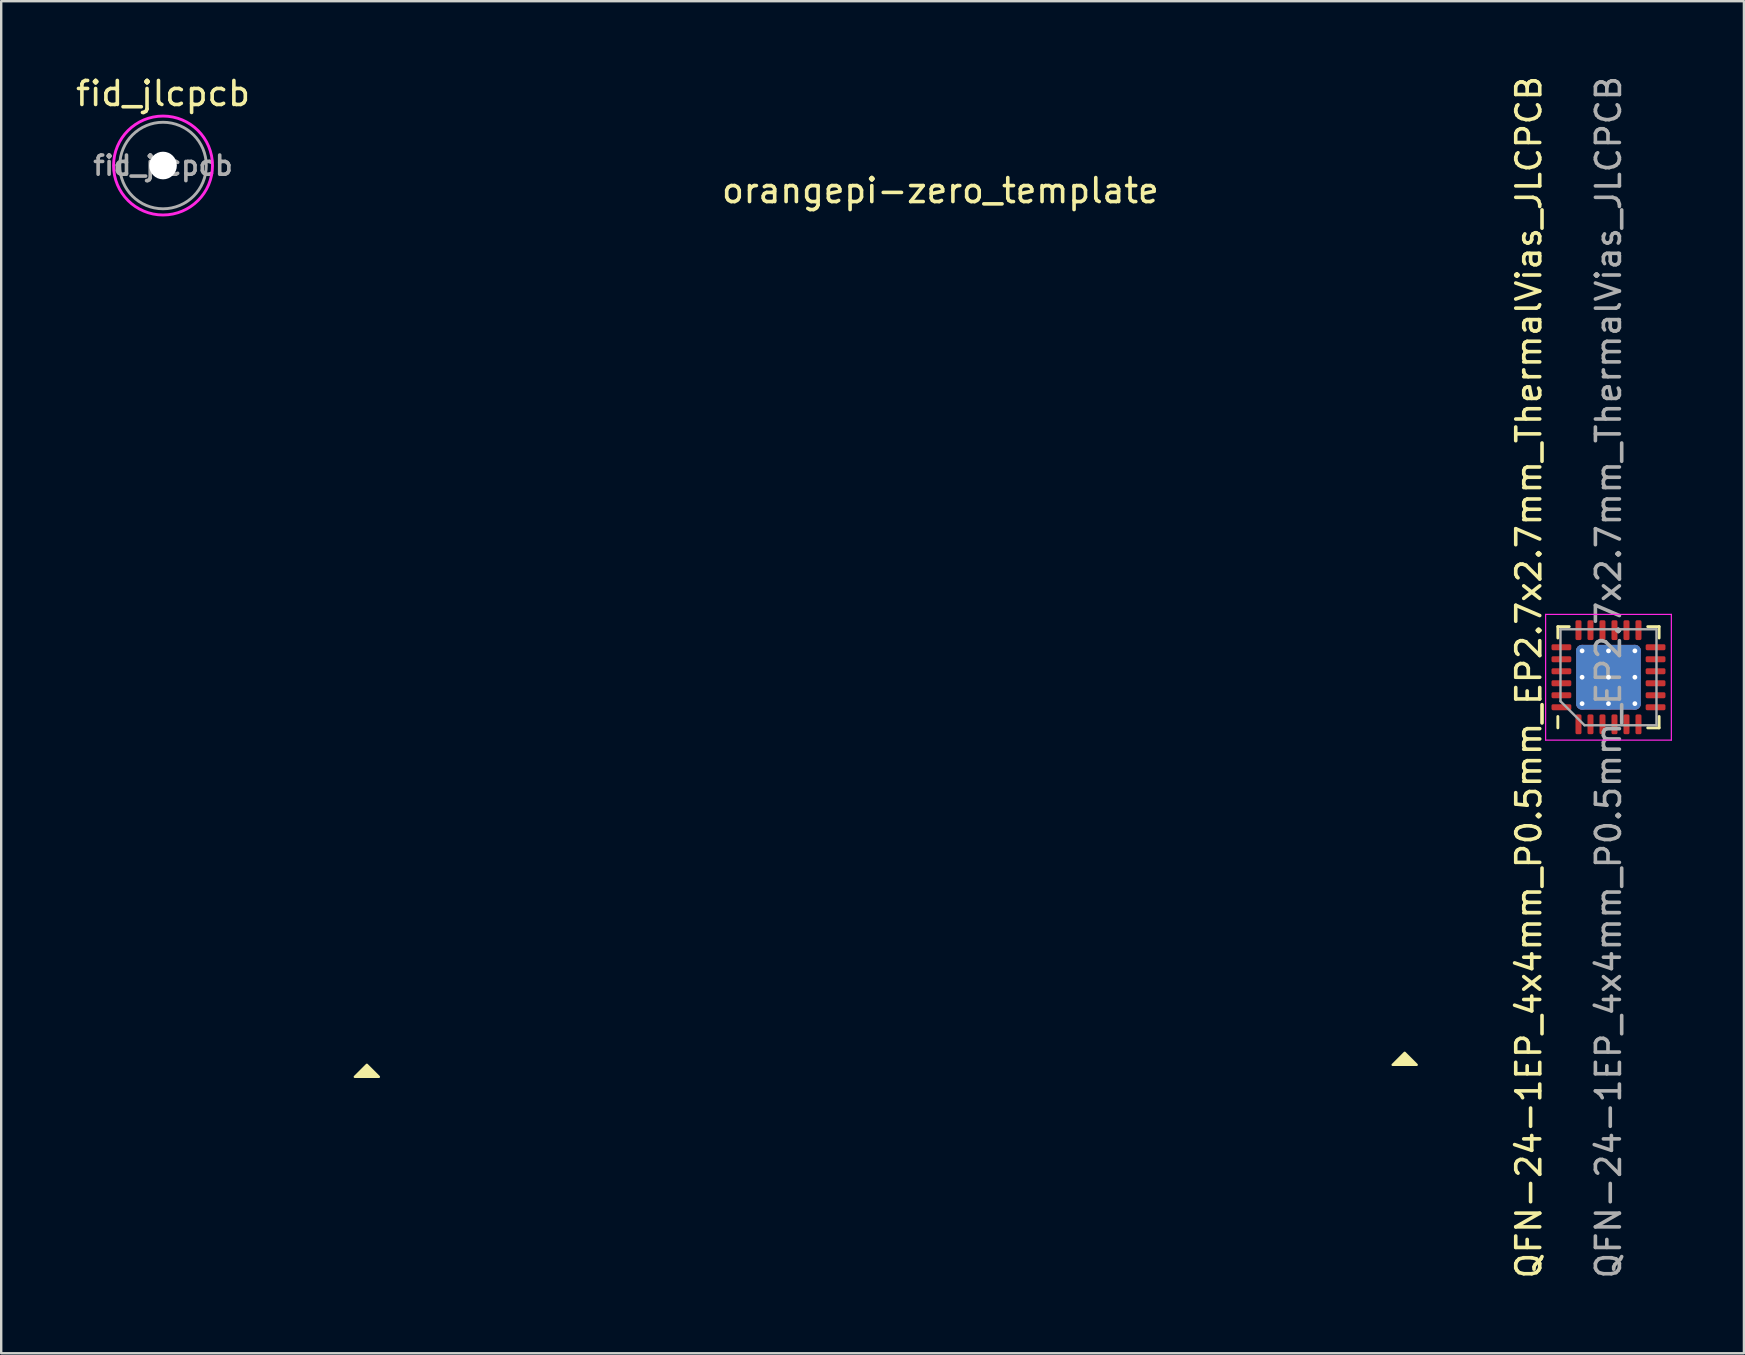
<source format=kicad_pcb>
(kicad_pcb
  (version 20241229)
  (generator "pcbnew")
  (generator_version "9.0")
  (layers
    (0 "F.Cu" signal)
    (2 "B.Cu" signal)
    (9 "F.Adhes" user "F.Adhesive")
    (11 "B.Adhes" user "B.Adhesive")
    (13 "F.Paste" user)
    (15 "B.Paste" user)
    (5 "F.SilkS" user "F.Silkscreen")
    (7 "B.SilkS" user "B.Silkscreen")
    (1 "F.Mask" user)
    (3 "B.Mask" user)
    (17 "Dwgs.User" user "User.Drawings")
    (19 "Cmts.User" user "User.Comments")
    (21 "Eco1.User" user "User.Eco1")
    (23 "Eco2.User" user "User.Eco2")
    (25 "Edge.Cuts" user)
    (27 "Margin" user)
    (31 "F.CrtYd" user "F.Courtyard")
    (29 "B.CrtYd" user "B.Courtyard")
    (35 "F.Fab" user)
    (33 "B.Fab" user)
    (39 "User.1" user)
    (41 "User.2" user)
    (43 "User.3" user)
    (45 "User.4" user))
  (footprint "QFN-24-1EP_4x4mm_P0.5mm_EP2.7x2.7mm_ThermalVias_JLCPCB"
    (layer "F.Cu")
    (at 63.981 25.173)
    (property "Reference" "QFN-24-1EP_4x4mm_P0.5mm_EP2.7x2.7mm_ThermalVias_JLCPCB" (at -3.32 0 90) (layer "F.SilkS") (effects (font (size 1 1) (thickness 0.15))))
    (attr smd)
    (fp_line (start -2.11 -2.11) (end -1.635 -2.11) (stroke (width 0.12) (type solid)) (layer "F.SilkS"))
    (fp_line (start -2.11 -1.635) (end -2.11 -2.11) (stroke (width 0.12) (type solid)) (layer "F.SilkS"))
    (fp_line (start -2.11 1.635) (end -2.11 2.11) (stroke (width 0.12) (type solid)) (layer "F.SilkS"))
    (fp_line (start 2.11 -2.11) (end 1.635 -2.11) (stroke (width 0.12) (type solid)) (layer "F.SilkS"))
    (fp_line (start 2.11 -1.635) (end 2.11 -2.11) (stroke (width 0.12) (type solid)) (layer "F.SilkS"))
    (fp_line (start 2.11 1.635) (end 2.11 2.11) (stroke (width 0.12) (type solid)) (layer "F.SilkS"))
    (fp_line (start 2.11 2.11) (end 1.635 2.11) (stroke (width 0.12) (type solid)) (layer "F.SilkS"))
    (fp_line (start -2.62 -2.62) (end -2.62 2.62) (stroke (width 0.05) (type solid)) (layer "F.CrtYd"))
    (fp_line (start -2.62 2.62) (end 2.62 2.62) (stroke (width 0.05) (type solid)) (layer "F.CrtYd"))
    (fp_line (start 2.62 -2.62) (end -2.62 -2.62) (stroke (width 0.05) (type solid)) (layer "F.CrtYd"))
    (fp_line (start 2.62 2.62) (end 2.62 -2.62) (stroke (width 0.05) (type solid)) (layer "F.CrtYd"))
    (fp_line (start -2 -2) (end 2 -2) (stroke (width 0.1) (type solid)) (layer "F.Fab"))
    (fp_line (start -2 1) (end -2 -2) (stroke (width 0.1) (type solid)) (layer "F.Fab"))
    (fp_line (start -1 2) (end -2 1) (stroke (width 0.1) (type solid)) (layer "F.Fab"))
    (fp_line (start 2 -2) (end 2 2) (stroke (width 0.1) (type solid)) (layer "F.Fab"))
    (fp_line (start 2 2) (end -1 2) (stroke (width 0.1) (type solid)) (layer "F.Fab"))
    (fp_text user "${REFERENCE}" (at 0 0 90) (layer "F.Fab") (effects (font (size 1 1) (thickness 0.15))))
    (pad "" smd roundrect (at -0.675 -0.675 90) (size 1.17 1.17) (layers "F.Paste") (roundrect_rratio 0.214))
    (pad "" smd roundrect (at -0.675 0.675 90) (size 1.17 1.17) (layers "F.Paste") (roundrect_rratio 0.214))
    (pad "" smd roundrect (at 0.675 -0.675 90) (size 1.17 1.17) (layers "F.Paste") (roundrect_rratio 0.214))
    (pad "" smd roundrect (at 0.675 0.675 90) (size 1.17 1.17) (layers "F.Paste") (roundrect_rratio 0.214))
    (pad "1" smd roundrect (at -1.25 1.962 90) (size 0.825 0.25) (layers "F.Cu" "F.Mask" "F.Paste") (roundrect_rratio 0.25))
    (pad "2" smd roundrect (at -0.75 1.962 90) (size 0.825 0.25) (layers "F.Cu" "F.Mask" "F.Paste") (roundrect_rratio 0.25))
    (pad "3" smd roundrect (at -0.25 1.962 90) (size 0.825 0.25) (layers "F.Cu" "F.Mask" "F.Paste") (roundrect_rratio 0.25))
    (pad "4" smd roundrect (at 0.25 1.962 90) (size 0.825 0.25) (layers "F.Cu" "F.Mask" "F.Paste") (roundrect_rratio 0.25))
    (pad "5" smd roundrect (at 0.75 1.962 90) (size 0.825 0.25) (layers "F.Cu" "F.Mask" "F.Paste") (roundrect_rratio 0.25))
    (pad "6" smd roundrect (at 1.25 1.962 90) (size 0.825 0.25) (layers "F.Cu" "F.Mask" "F.Paste") (roundrect_rratio 0.25))
    (pad "7" smd roundrect (at 1.962 1.25 90) (size 0.25 0.825) (layers "F.Cu" "F.Mask" "F.Paste") (roundrect_rratio 0.25))
    (pad "8" smd roundrect (at 1.962 0.75 90) (size 0.25 0.825) (layers "F.Cu" "F.Mask" "F.Paste") (roundrect_rratio 0.25))
    (pad "9" smd roundrect (at 1.962 0.25 90) (size 0.25 0.825) (layers "F.Cu" "F.Mask" "F.Paste") (roundrect_rratio 0.25))
    (pad "10" smd roundrect (at 1.962 -0.25 90) (size 0.25 0.825) (layers "F.Cu" "F.Mask" "F.Paste") (roundrect_rratio 0.25))
    (pad "11" smd roundrect (at 1.962 -0.75 90) (size 0.25 0.825) (layers "F.Cu" "F.Mask" "F.Paste") (roundrect_rratio 0.25))
    (pad "12" smd roundrect (at 1.962 -1.25 90) (size 0.25 0.825) (layers "F.Cu" "F.Mask" "F.Paste") (roundrect_rratio 0.25))
    (pad "13" smd roundrect (at 1.25 -1.962 90) (size 0.825 0.25) (layers "F.Cu" "F.Mask" "F.Paste") (roundrect_rratio 0.25))
    (pad "14" smd roundrect (at 0.75 -1.962 90) (size 0.825 0.25) (layers "F.Cu" "F.Mask" "F.Paste") (roundrect_rratio 0.25))
    (pad "15" smd roundrect (at 0.25 -1.962 90) (size 0.825 0.25) (layers "F.Cu" "F.Mask" "F.Paste") (roundrect_rratio 0.25))
    (pad "16" smd roundrect (at -0.25 -1.962 90) (size 0.825 0.25) (layers "F.Cu" "F.Mask" "F.Paste") (roundrect_rratio 0.25))
    (pad "17" smd roundrect (at -0.75 -1.962 90) (size 0.825 0.25) (layers "F.Cu" "F.Mask" "F.Paste") (roundrect_rratio 0.25))
    (pad "18" smd roundrect (at -1.25 -1.962 90) (size 0.825 0.25) (layers "F.Cu" "F.Mask" "F.Paste") (roundrect_rratio 0.25))
    (pad "19" smd roundrect (at -1.962 -1.25 90) (size 0.25 0.825) (layers "F.Cu" "F.Mask" "F.Paste") (roundrect_rratio 0.25))
    (pad "20" smd roundrect (at -1.962 -0.75 90) (size 0.25 0.825) (layers "F.Cu" "F.Mask" "F.Paste") (roundrect_rratio 0.25))
    (pad "21" smd roundrect (at -1.962 -0.25 90) (size 0.25 0.825) (layers "F.Cu" "F.Mask" "F.Paste") (roundrect_rratio 0.25))
    (pad "22" smd roundrect (at -1.962 0.25 90) (size 0.25 0.825) (layers "F.Cu" "F.Mask" "F.Paste") (roundrect_rratio 0.25))
    (pad "23" smd roundrect (at -1.962 0.75 90) (size 0.25 0.825) (layers "F.Cu" "F.Mask" "F.Paste") (roundrect_rratio 0.25))
    (pad "24" smd roundrect (at -1.962 1.25 90) (size 0.25 0.825) (layers "F.Cu" "F.Mask" "F.Paste") (roundrect_rratio 0.25))
    (pad "25" thru_hole circle (at -1.1 -1.1 90) (size 0.5 0.5) (drill 0.2) (layers "*.Cu"))
    (pad "25" thru_hole circle (at -1.1 0 90) (size 0.5 0.5) (drill 0.2) (layers "*.Cu"))
    (pad "25" thru_hole circle (at -1.1 1.1 90) (size 0.5 0.5) (drill 0.2) (layers "*.Cu"))
    (pad "25" thru_hole circle (at 0 -1.1 90) (size 0.5 0.5) (drill 0.2) (layers "*.Cu"))
    (pad "25" thru_hole circle (at 0 0 90) (size 0.5 0.5) (drill 0.2) (layers "*.Cu"))
    (pad "25" smd roundrect (at 0 0 90) (size 2.7 2.7) (layers "F.Cu" "F.Mask") (roundrect_rratio 0.093))
    (pad "25" smd roundrect (at 0 0 90) (size 2.7 2.7) (layers "B.Cu") (roundrect_rratio 0.093))
    (pad "25" thru_hole circle (at 0 1.1 90) (size 0.5 0.5) (drill 0.2) (layers "*.Cu"))
    (pad "25" thru_hole circle (at 1.1 -1.1 90) (size 0.5 0.5) (drill 0.2) (layers "*.Cu"))
    (pad "25" thru_hole circle (at 1.1 0 90) (size 0.5 0.5) (drill 0.2) (layers "*.Cu"))
    (pad "25" thru_hole circle (at 1.1 1.1 90) (size 0.5 0.5) (drill 0.2) (layers "*.Cu")))
  (footprint "orangepi-zero_template"
    (layer "F.Cu")
    (at 10.738 48.075)
    (property "Reference" "orangepi-zero_template" (at 25.4 -43.18 0) (layer "F.SilkS") (effects (font (size 1 1) (thickness 0.15))))
    (attr through_hole)
    (fp_poly (pts (xy 1.5 -6.75) (xy 1 -6.25) (xy 2 -6.25)) (stroke (width 0.1) (type solid)) (fill yes) (layer "F.SilkS"))
    (fp_poly (pts (xy 44.75 -7.25) (xy 44.25 -6.75) (xy 45.25 -6.75)) (stroke (width 0.1) (type solid)) (fill yes) (layer "F.SilkS"))
    (fp_line (start 0 -48) (end 46 -48) (stroke (width 0.15) (type solid)) (layer "Eco1.User"))
    (fp_line (start 0 0) (end 0 -48) (stroke (width 0.15) (type solid)) (layer "Eco1.User"))
    (fp_line (start 1.27 -39.37) (end 1.778 -38.862) (stroke (width 0.12) (type solid)) (layer "Eco1.User"))
    (fp_line (start 1.27 -8.89) (end 1.778 -8.382) (stroke (width 0.12) (type solid)) (layer "Eco1.User"))
    (fp_line (start 1.524 -46.228) (end 4.064 -43.688) (stroke (width 0.12) (type solid)) (layer "Eco1.User"))
    (fp_line (start 1.778 -39.37) (end 1.27 -38.862) (stroke (width 0.12) (type solid)) (layer "Eco1.User"))
    (fp_line (start 1.778 -8.89) (end 1.27 -8.382) (stroke (width 0.12) (type solid)) (layer "Eco1.User"))
    (fp_line (start 4.064 -46.228) (end 1.524 -43.688) (stroke (width 0.12) (type solid)) (layer "Eco1.User"))
    (fp_line (start 5 -17.5) (end 33 -17.5) (stroke (width 0.12) (type solid)) (layer "Eco1.User"))
    (fp_line (start 5 -15) (end 5 -17.5) (stroke (width 0.12) (type solid)) (layer "Eco1.User"))
    (fp_line (start 5 -15) (end 5 0) (stroke (width 0.12) (type solid)) (layer "Eco1.User"))
    (fp_line (start 5 0) (end 0 0) (stroke (width 0.15) (type solid)) (layer "Eco1.User"))
    (fp_line (start 33 0) (end 33 -17.5) (stroke (width 0.12) (type solid)) (layer "Eco1.User"))
    (fp_line (start 35.25 -47.25) (end 37.75 -47.25) (stroke (width 0.12) (type solid)) (layer "Eco1.User"))
    (fp_line (start 35.25 -39.25) (end 35.25 -47.25) (stroke (width 0.12) (type solid)) (layer "Eco1.User"))
    (fp_line (start 37.75 -47.25) (end 37.75 -39.25) (stroke (width 0.12) (type solid)) (layer "Eco1.User"))
    (fp_line (start 37.75 -39.25) (end 35.25 -39.25) (stroke (width 0.12) (type solid)) (layer "Eco1.User"))
    (fp_line (start 41.686 -4.154) (end 44.226 -1.614) (stroke (width 0.12) (type solid)) (layer "Eco1.User"))
    (fp_line (start 41.91 -39.37) (end 42.418 -38.862) (stroke (width 0.12) (type solid)) (layer "Eco1.User"))
    (fp_line (start 41.91 -8.89) (end 42.418 -8.382) (stroke (width 0.12) (type solid)) (layer "Eco1.User"))
    (fp_line (start 42.418 -39.37) (end 41.91 -38.862) (stroke (width 0.12) (type solid)) (layer "Eco1.User"))
    (fp_line (start 42.418 -8.89) (end 41.91 -8.382) (stroke (width 0.12) (type solid)) (layer "Eco1.User"))
    (fp_line (start 44.226 -4.154) (end 41.686 -1.614) (stroke (width 0.12) (type solid)) (layer "Eco1.User"))
    (fp_line (start 44.45 -39.37) (end 44.958 -38.862) (stroke (width 0.12) (type solid)) (layer "Eco1.User"))
    (fp_line (start 44.45 -8.89) (end 44.958 -8.382) (stroke (width 0.12) (type solid)) (layer "Eco1.User"))
    (fp_line (start 44.958 -39.37) (end 44.45 -38.862) (stroke (width 0.12) (type solid)) (layer "Eco1.User"))
    (fp_line (start 44.958 -8.89) (end 44.45 -8.382) (stroke (width 0.12) (type solid)) (layer "Eco1.User"))
    (fp_line (start 46 -48) (end 46 0) (stroke (width 0.15) (type solid)) (layer "Eco1.User"))
    (fp_line (start 46 -40.5) (end 46 -7.25) (stroke (width 0.12) (type solid)) (layer "Eco1.User"))
    (fp_line (start 46 0) (end 33 0) (stroke (width 0.12) (type solid)) (layer "Eco1.User")))
  (footprint "fid_jlcpcb"
    (layer "F.Cu")
    (at 3.744 3.848)
    (property "Reference" "fid_jlcpcb" (at 0 -3 0) (layer "F.SilkS") (effects (font (size 1 1) (thickness 0.15))))
    (attr through_hole)
    (fp_circle (center 0 0) (end 0.5 -2) (stroke (width 0.12) (type solid)) (fill no) (layer "F.CrtYd"))
    (fp_circle (center 0 0) (end 1 -1.5) (stroke (width 0.12) (type solid)) (fill no) (layer "F.Fab"))
    (fp_text user "${REFERENCE}" (at 0 0 0) (layer "F.Fab") (effects (font (size 0.8 0.8) (thickness 0.15))))
    (pad "" np_thru_hole circle (at 0 0) (size 1.152 1.152) (drill 1.152) (layers "*.Cu" "*.Mask")))
  (gr_rect
    (start -3 -3)
    (end 69.626 53.345)
    (stroke (width 0.1) (type default))
    (fill no)
    (layer "Edge.Cuts")))
</source>
